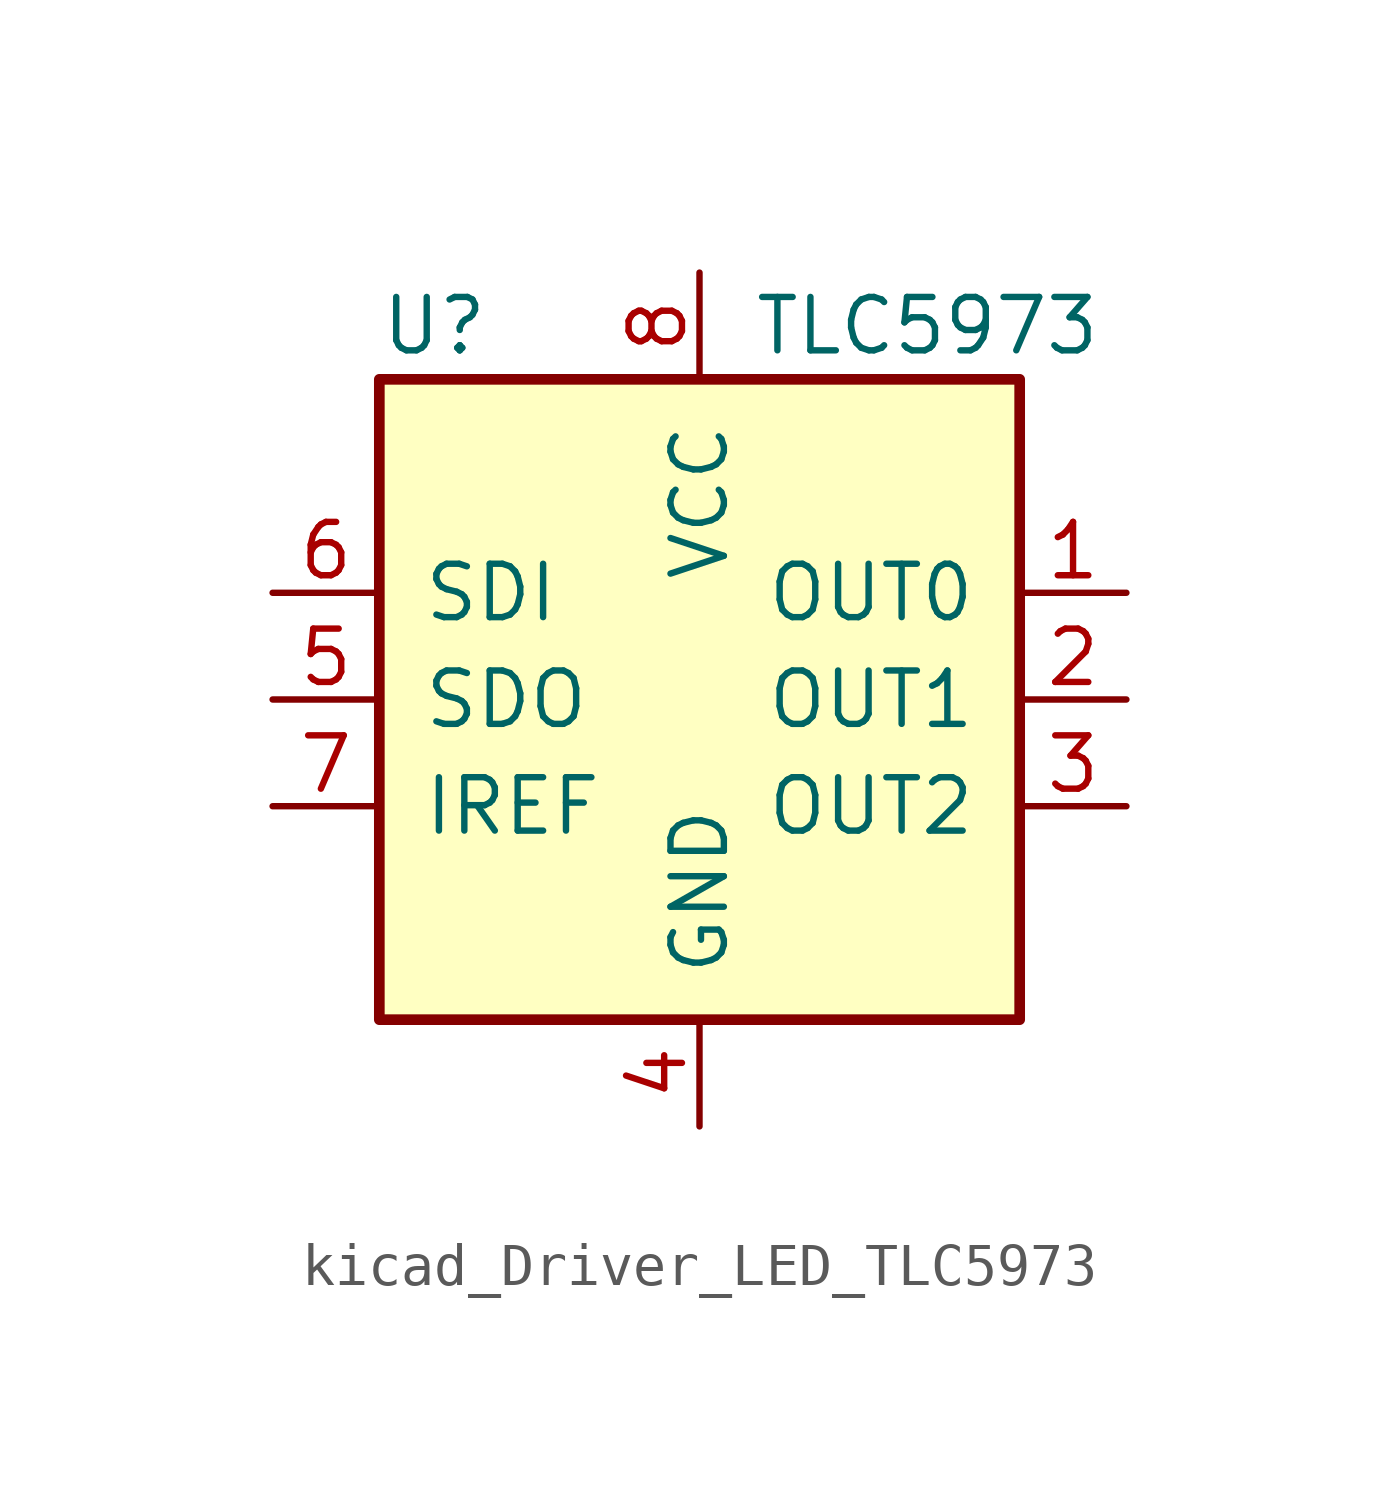
<source format=kicad_sym>
(kicad_symbol_lib
  (version 20220914)
  (generator kicad_symbol_editor)
  (symbol "kicad_Driver_LED_TLC5973"
    (pin_names
      (offset 1.016))
    (property "Reference" "U"
      (at -7.62 8.89 0)
      (effects (font (size 1.27 1.27)) (justify left)))
    (property "Value" "TLC5973"
      (at 1.27 8.89 0)
      (effects (font (size 1.27 1.27)) (justify left)))
    (symbol "kicad_Driver_LED_TLC5973_0_1"
      (rectangle (start -7.62 7.62) (end 7.62 -7.62) (stroke (width 0.254) (type default)) (fill (type background))))
    (symbol "kicad_Driver_LED_TLC5973_1_1"
      (pin output line (at 10.16 2.54 180) (length 2.54) (name "OUT0" (effects (font (size 1.27 1.27)))) (number "1" (effects (font (size 1.27 1.27)))))
      (pin output line (at 10.16 0 180) (length 2.54) (name "OUT1" (effects (font (size 1.27 1.27)))) (number "2" (effects (font (size 1.27 1.27)))))
      (pin output line (at 10.16 -2.54 180) (length 2.54) (name "OUT2" (effects (font (size 1.27 1.27)))) (number "3" (effects (font (size 1.27 1.27)))))
      (pin power_in line (at 0 -10.16 90) (length 2.54) (name "GND" (effects (font (size 1.27 1.27)))) (number "4" (effects (font (size 1.27 1.27)))))
      (pin output line (at -10.16 0 0) (length 2.54) (name "SDO" (effects (font (size 1.27 1.27)))) (number "5" (effects (font (size 1.27 1.27)))))
      (pin input line (at -10.16 2.54 0) (length 2.54) (name "SDI" (effects (font (size 1.27 1.27)))) (number "6" (effects (font (size 1.27 1.27)))))
      (pin bidirectional line (at -10.16 -2.54 0) (length 2.54) (name "IREF" (effects (font (size 1.27 1.27)))) (number "7" (effects (font (size 1.27 1.27)))))
      (pin power_in line (at 0 10.16 270) (length 2.54) (name "VCC" (effects (font (size 1.27 1.27)))) (number "8" (effects (font (size 1.27 1.27))))))))
</source>
